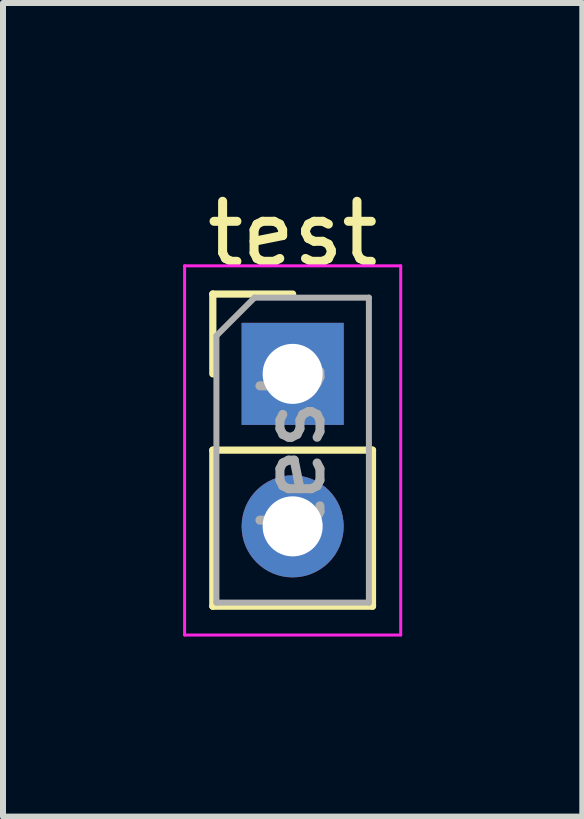
<source format=kicad_pcb>
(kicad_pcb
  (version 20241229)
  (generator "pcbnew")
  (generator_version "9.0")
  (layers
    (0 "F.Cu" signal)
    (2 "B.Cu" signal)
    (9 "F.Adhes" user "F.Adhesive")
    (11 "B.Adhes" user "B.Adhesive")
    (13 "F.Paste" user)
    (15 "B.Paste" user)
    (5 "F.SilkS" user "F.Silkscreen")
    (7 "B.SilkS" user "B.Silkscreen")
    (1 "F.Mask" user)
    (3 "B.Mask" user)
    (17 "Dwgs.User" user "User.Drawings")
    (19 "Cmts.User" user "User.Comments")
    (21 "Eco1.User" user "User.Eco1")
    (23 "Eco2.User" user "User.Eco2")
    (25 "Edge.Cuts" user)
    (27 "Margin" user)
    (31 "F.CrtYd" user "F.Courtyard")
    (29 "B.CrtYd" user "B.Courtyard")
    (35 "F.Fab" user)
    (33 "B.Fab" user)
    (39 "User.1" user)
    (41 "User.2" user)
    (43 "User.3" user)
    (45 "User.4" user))
  (footprint "test"
    (layer "F.Cu")
    (at 1.825 3.178)
    (property "Reference" "test" (at 0 -2.33 0) (layer "F.SilkS") (effects (font (size 1 1) (thickness 0.15))))
    (attr through_hole)
    (fp_line (start -1.33 -1.33) (end 0 -1.33) (stroke (width 0.12) (type solid)) (layer "F.SilkS"))
    (fp_line (start -1.33 0) (end -1.33 -1.33) (stroke (width 0.12) (type solid)) (layer "F.SilkS"))
    (fp_line (start -1.33 1.27) (end -1.33 3.87) (stroke (width 0.12) (type solid)) (layer "F.SilkS"))
    (fp_line (start -1.33 1.27) (end 1.33 1.27) (stroke (width 0.12) (type solid)) (layer "F.SilkS"))
    (fp_line (start -1.33 3.87) (end 1.33 3.87) (stroke (width 0.12) (type solid)) (layer "F.SilkS"))
    (fp_line (start 1.33 1.27) (end 1.33 3.87) (stroke (width 0.12) (type solid)) (layer "F.SilkS"))
    (fp_line (start -1.8 -1.8) (end -1.8 4.35) (stroke (width 0.05) (type solid)) (layer "F.CrtYd"))
    (fp_line (start -1.8 4.35) (end 1.8 4.35) (stroke (width 0.05) (type solid)) (layer "F.CrtYd"))
    (fp_line (start 1.8 -1.8) (end -1.8 -1.8) (stroke (width 0.05) (type solid)) (layer "F.CrtYd"))
    (fp_line (start 1.8 4.35) (end 1.8 -1.8) (stroke (width 0.05) (type solid)) (layer "F.CrtYd"))
    (fp_line (start -1.27 -0.635) (end -0.635 -1.27) (stroke (width 0.1) (type solid)) (layer "F.Fab"))
    (fp_line (start -1.27 3.81) (end -1.27 -0.635) (stroke (width 0.1) (type solid)) (layer "F.Fab"))
    (fp_line (start -0.635 -1.27) (end 1.27 -1.27) (stroke (width 0.1) (type solid)) (layer "F.Fab"))
    (fp_line (start 1.27 -1.27) (end 1.27 3.81) (stroke (width 0.1) (type solid)) (layer "F.Fab"))
    (fp_line (start 1.27 3.81) (end -1.27 3.81) (stroke (width 0.1) (type solid)) (layer "F.Fab"))
    (fp_text user "${REFERENCE}" (at 0 1.27 90) (layer "F.Fab") (effects (font (size 1 1) (thickness 0.15))))
    (pad "1" thru_hole rect (at 0 0) (size 1.7 1.7) (drill 1) (layers "*.Cu" "*.Mask"))
    (pad "2" thru_hole oval (at 0 2.54) (size 1.7 1.7) (drill 1) (layers "*.Cu" "*.Mask")))
  (gr_rect
    (start -3 -3)
    (end 6.65 10.553)
    (stroke (width 0.1) (type default))
    (fill no)
    (layer "Edge.Cuts")))
</source>
